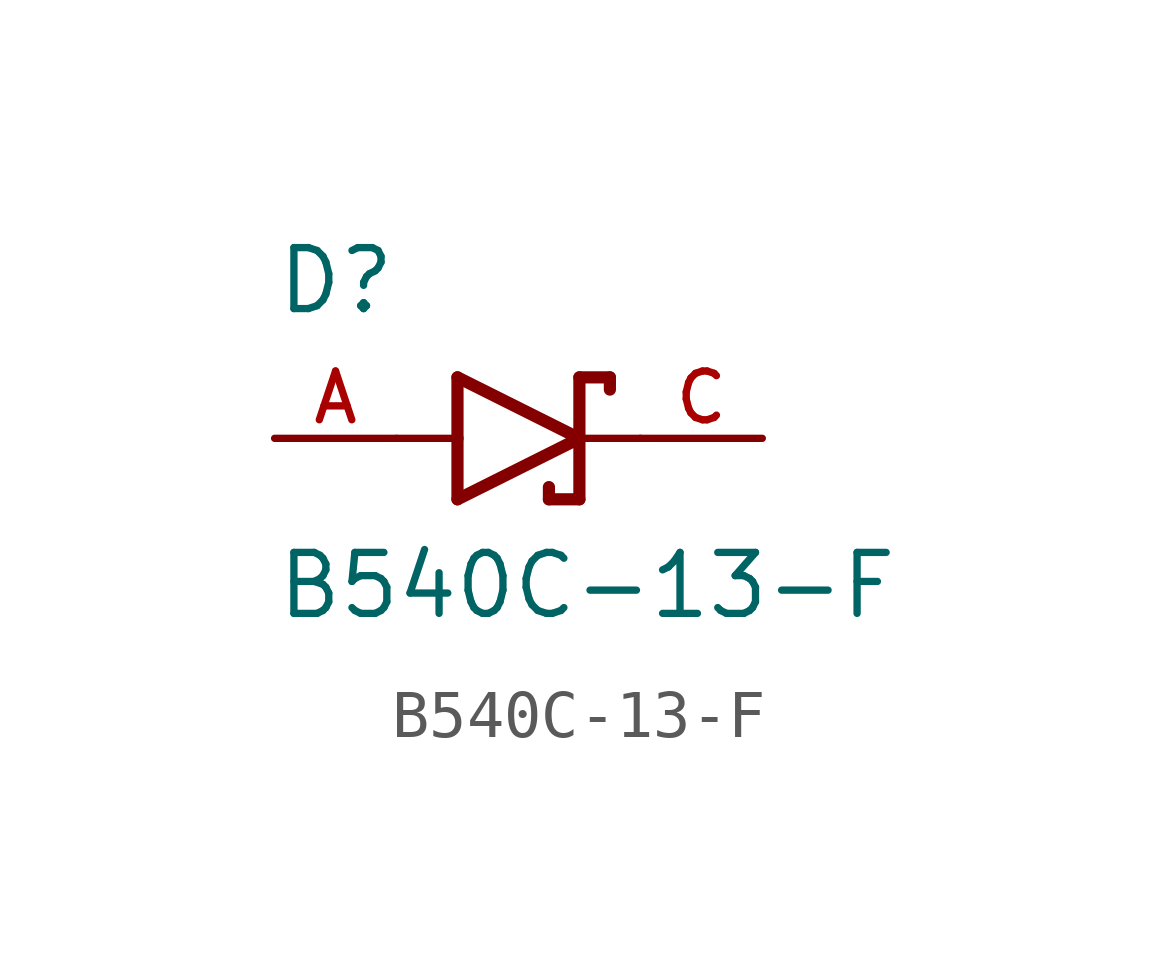
<source format=kicad_sym>
(kicad_symbol_lib
  (version 20211014)
  (generator kicad_symbol_editor)
  (symbol "B540C-13-F"
    (pin_names
      (offset 1.016))
    (property "Reference" "D"
      (at -5.08 2.54 0)
      (effects (font (size 1.27 1.27)) (justify bottom left)))
    (property "Value" "B540C-13-F"
      (at -5.08 -3.81 0)
      (effects (font (size 1.27 1.27)) (justify bottom left)))
    (symbol "B540C-13-F_0_0"
      (polyline (pts (xy -1.27 -1.27) (xy 1.27 0.0)) (stroke (width 0.254)))
      (polyline (pts (xy 1.27 0.0) (xy -1.27 1.27)) (stroke (width 0.254)))
      (polyline (pts (xy 1.27 1.27) (xy 1.27 0.0)) (stroke (width 0.254)))
      (polyline (pts (xy -1.27 1.27) (xy -1.27 0.0)) (stroke (width 0.254)))
      (polyline (pts (xy -1.27 0.0) (xy -1.27 -1.27)) (stroke (width 0.254)))
      (polyline (pts (xy 1.27 0.0) (xy 1.27 -1.27)) (stroke (width 0.254)))
      (polyline (pts (xy -2.54 0.0) (xy -1.27 0.0)) (stroke (width 0.152)))
      (polyline (pts (xy 1.27 0.0) (xy 2.54 0.0)) (stroke (width 0.152)))
      (polyline (pts (xy 1.905 1.27) (xy 1.27 1.27)) (stroke (width 0.254)))
      (polyline (pts (xy 1.905 1.27) (xy 1.905 1.016)) (stroke (width 0.254)))
      (polyline (pts (xy 1.27 -1.27) (xy 0.635 -1.27)) (stroke (width 0.254)))
      (polyline (pts (xy 0.635 -1.016) (xy 0.635 -1.27)) (stroke (width 0.254)))
      (pin passive line (at 5.08 0.0 180.0) (length 2.54) (name "~" (effects (font (size 1.016 1.016)))) (number "C" (effects (font (size 1.016 1.016)))))
      (pin passive line (at -5.08 0.0 0) (length 2.54) (name "~" (effects (font (size 1.016 1.016)))) (number "A" (effects (font (size 1.016 1.016))))))))
</source>
